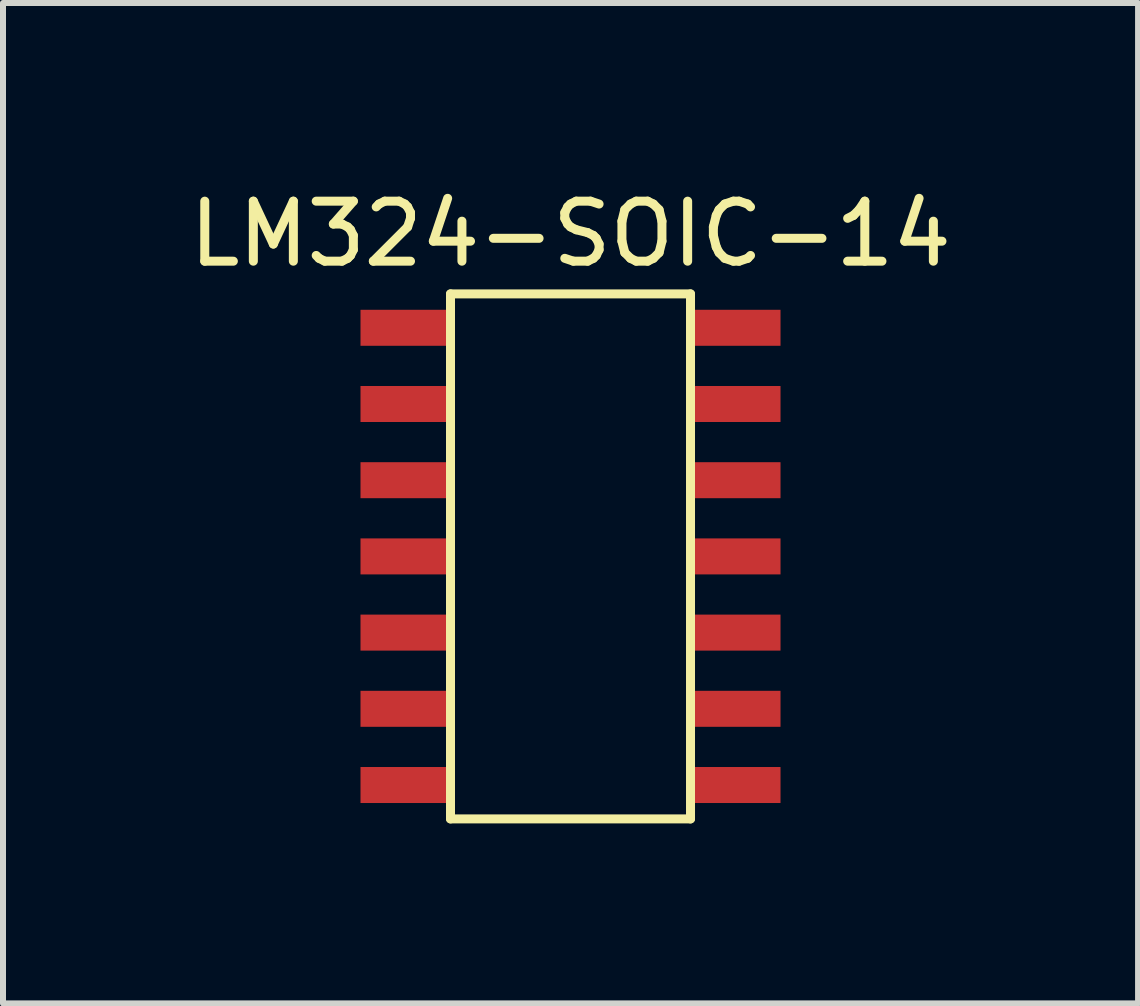
<source format=kicad_pcb>
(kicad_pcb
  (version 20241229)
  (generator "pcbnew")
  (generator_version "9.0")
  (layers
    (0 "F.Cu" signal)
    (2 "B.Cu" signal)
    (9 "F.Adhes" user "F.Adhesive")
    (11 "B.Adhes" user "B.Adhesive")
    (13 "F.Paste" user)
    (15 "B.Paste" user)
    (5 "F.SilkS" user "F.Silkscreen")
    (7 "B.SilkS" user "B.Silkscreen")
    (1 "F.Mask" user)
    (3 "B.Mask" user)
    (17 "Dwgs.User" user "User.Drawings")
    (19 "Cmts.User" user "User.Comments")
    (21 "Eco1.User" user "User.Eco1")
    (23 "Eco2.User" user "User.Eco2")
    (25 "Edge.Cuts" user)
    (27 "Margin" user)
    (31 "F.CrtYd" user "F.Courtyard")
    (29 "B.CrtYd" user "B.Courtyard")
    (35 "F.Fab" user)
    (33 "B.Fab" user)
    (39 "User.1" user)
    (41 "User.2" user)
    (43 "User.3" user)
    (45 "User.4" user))
  (footprint "LM324-SOIC-14"
    (layer "F.Cu")
    (at 6.458 6.223)
    (property "Reference" "LM324-SOIC-14" (at 0 -5.375 0) (layer "F.SilkS") (effects (font (size 1 1) (thickness 0.15))))
    (attr smd)
    (fp_line (start -2 -4.375) (end -2 4.375) (stroke (width 0.15) (type solid)) (layer "F.SilkS"))
    (fp_line (start -2 4.375) (end 2 4.375) (stroke (width 0.15) (type solid)) (layer "F.SilkS"))
    (fp_line (start 2 -4.375) (end -2 -4.375) (stroke (width 0.15) (type solid)) (layer "F.SilkS"))
    (fp_line (start 2 4.375) (end 2 -4.375) (stroke (width 0.15) (type solid)) (layer "F.SilkS"))
    (pad "1" smd rect (at -2.75 -3.81) (size 1.5 0.6) (layers "F.Cu" "F.Mask" "F.Paste"))
    (pad "2" smd rect (at -2.75 -2.54) (size 1.5 0.6) (layers "F.Cu" "F.Mask" "F.Paste"))
    (pad "3" smd rect (at -2.75 -1.27) (size 1.5 0.6) (layers "F.Cu" "F.Mask" "F.Paste"))
    (pad "4" smd rect (at -2.75 0) (size 1.5 0.6) (layers "F.Cu" "F.Mask" "F.Paste"))
    (pad "5" smd rect (at -2.75 1.27) (size 1.5 0.6) (layers "F.Cu" "F.Mask" "F.Paste"))
    (pad "6" smd rect (at -2.75 2.54) (size 1.5 0.6) (layers "F.Cu" "F.Mask" "F.Paste"))
    (pad "7" smd rect (at -2.75 3.81) (size 1.5 0.6) (layers "F.Cu" "F.Mask" "F.Paste"))
    (pad "8" smd rect (at 2.75 3.81) (size 1.5 0.6) (layers "F.Cu" "F.Mask" "F.Paste"))
    (pad "9" smd rect (at 2.75 2.54) (size 1.5 0.6) (layers "F.Cu" "F.Mask" "F.Paste"))
    (pad "10" smd rect (at 2.75 1.27) (size 1.5 0.6) (layers "F.Cu" "F.Mask" "F.Paste"))
    (pad "11" smd rect (at 2.75 0) (size 1.5 0.6) (layers "F.Cu" "F.Mask" "F.Paste"))
    (pad "12" smd rect (at 2.75 -1.27) (size 1.5 0.6) (layers "F.Cu" "F.Mask" "F.Paste"))
    (pad "13" smd rect (at 2.75 -2.54) (size 1.5 0.6) (layers "F.Cu" "F.Mask" "F.Paste"))
    (pad "14" smd rect (at 2.75 -3.81) (size 1.5 0.6) (layers "F.Cu" "F.Mask" "F.Paste")))
  (gr_rect
    (start -3 -3)
    (end 15.917 13.673)
    (stroke (width 0.1) (type default))
    (fill no)
    (layer "Edge.Cuts")))
</source>
